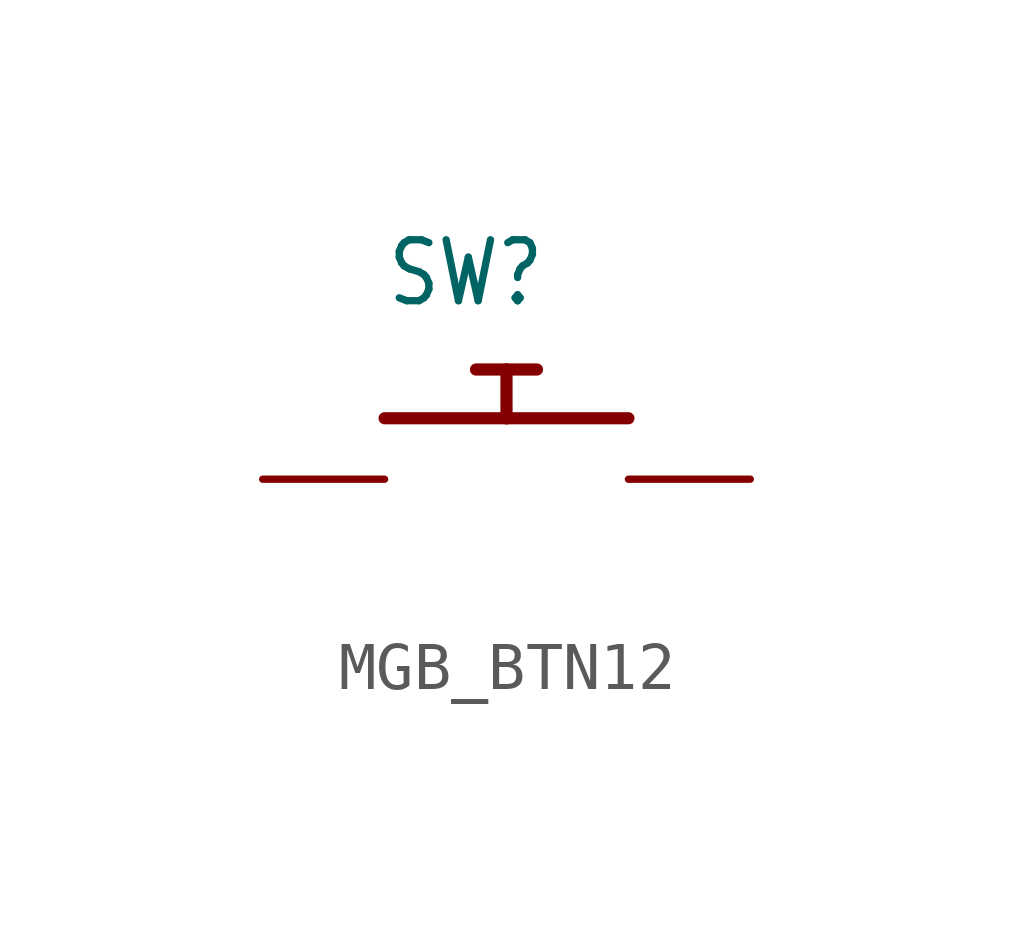
<source format=kicad_sym>
(kicad_symbol_lib
  (version 20241209)
  (generator "kicad_symbol_editor")
  (generator_version "9.0")
  (symbol "MGB_BTN12"
    (property "Reference" "SW"
      (at -2.54 3.556 0)
      (effects (font (size 1.27 1.079)) (justify left bottom)))
    (property "Value" ""
      (at -2.54 -2.286 0)
      (effects (font (size 1.27 1.079)) (justify left bottom)))
    (property "ki_locked" ""
      (at 0 0 0)
      (effects (font (size 1.27 1.27))))
    (symbol "MGB_BTN12_1_0"
      (polyline (pts (xy -2.54 1.27) (xy 0 1.27)) (stroke (width 0.254) (type solid)) (fill (type none)))
      (polyline (pts (xy -0.635 2.286) (xy 0 2.286)) (stroke (width 0.254) (type solid)) (fill (type none)))
      (polyline (pts (xy 0 2.286) (xy 0.635 2.286)) (stroke (width 0.254) (type solid)) (fill (type none)))
      (polyline (pts (xy 0 1.27) (xy 0 2.286)) (stroke (width 0.254) (type solid)) (fill (type none)))
      (polyline (pts (xy 0 1.27) (xy 2.54 1.27)) (stroke (width 0.254) (type solid)) (fill (type none)))
      (pin passive line (at -5.08 0 0) (length 2.54) (name "P$1" (effects (font (size 0 0)))) (number "P$1" (effects (font (size 0 0)))))
      (pin passive line (at 5.08 0 180) (length 2.54) (name "P$2" (effects (font (size 0 0)))) (number "P$2" (effects (font (size 0 0))))))))
</source>
